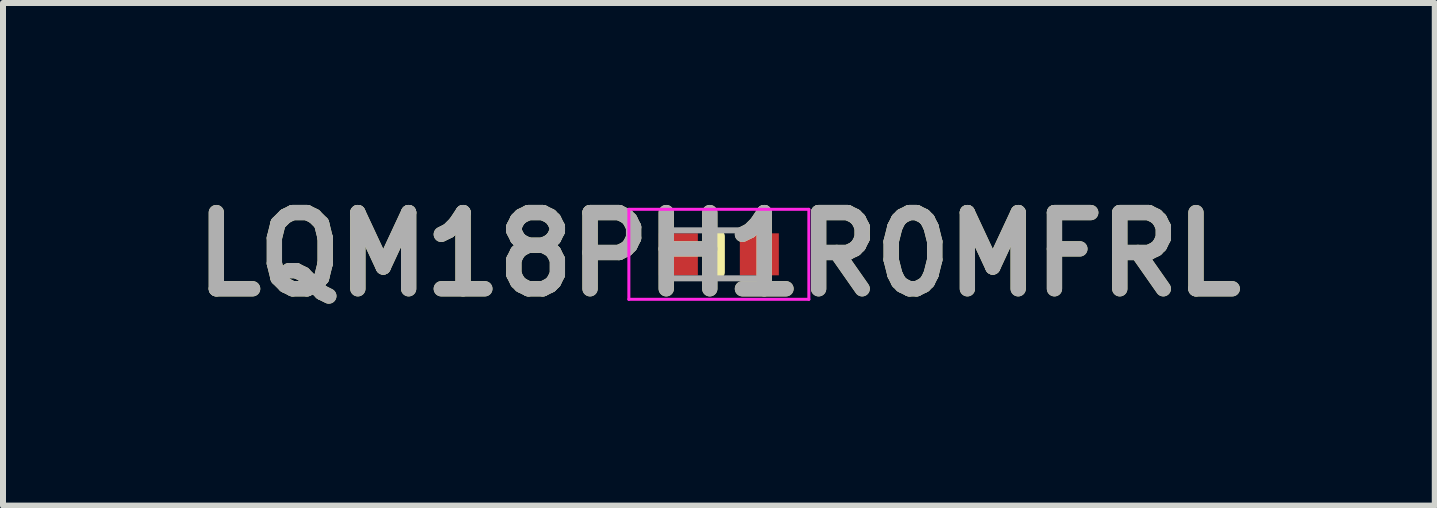
<source format=kicad_pcb>
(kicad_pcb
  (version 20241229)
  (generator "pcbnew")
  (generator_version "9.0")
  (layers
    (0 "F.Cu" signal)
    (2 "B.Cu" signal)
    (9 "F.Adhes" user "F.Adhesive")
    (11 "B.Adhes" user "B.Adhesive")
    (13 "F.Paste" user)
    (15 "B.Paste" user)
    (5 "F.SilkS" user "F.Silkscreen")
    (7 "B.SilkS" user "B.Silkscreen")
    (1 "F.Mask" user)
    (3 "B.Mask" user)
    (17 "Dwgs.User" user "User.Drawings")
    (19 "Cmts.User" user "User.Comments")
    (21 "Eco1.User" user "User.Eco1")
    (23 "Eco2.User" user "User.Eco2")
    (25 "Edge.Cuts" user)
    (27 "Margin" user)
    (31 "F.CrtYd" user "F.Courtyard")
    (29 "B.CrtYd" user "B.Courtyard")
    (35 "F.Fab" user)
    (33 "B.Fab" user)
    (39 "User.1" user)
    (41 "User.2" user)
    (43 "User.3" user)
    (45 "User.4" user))
  (footprint "LQM18PH1R0MFRL"
    (layer "F.Cu")
    (at 8.932 1.189)
    (property "Reference" "LQM18PH1R0MFRL" (at 0 0 0) (layer "F.SilkS") (effects (font (size 1.27 1.27) (thickness 0.254))))
    (attr smd)
    (fp_line (start 0 -0.3) (end 0 0.3) (stroke (width 0.2) (type solid)) (layer "F.SilkS"))
    (fp_line (start -1.5 -0.75) (end 1.5 -0.75) (stroke (width 0.05) (type solid)) (layer "F.CrtYd"))
    (fp_line (start -1.5 0.75) (end -1.5 -0.75) (stroke (width 0.05) (type solid)) (layer "F.CrtYd"))
    (fp_line (start 1.5 -0.75) (end 1.5 0.75) (stroke (width 0.05) (type solid)) (layer "F.CrtYd"))
    (fp_line (start 1.5 0.75) (end -1.5 0.75) (stroke (width 0.05) (type solid)) (layer "F.CrtYd"))
    (fp_line (start -0.8 -0.4) (end 0.8 -0.4) (stroke (width 0.1) (type solid)) (layer "F.Fab"))
    (fp_line (start -0.8 0.4) (end -0.8 -0.4) (stroke (width 0.1) (type solid)) (layer "F.Fab"))
    (fp_line (start 0.8 -0.4) (end 0.8 0.4) (stroke (width 0.1) (type solid)) (layer "F.Fab"))
    (fp_line (start 0.8 0.4) (end -0.8 0.4) (stroke (width 0.1) (type solid)) (layer "F.Fab"))
    (fp_text user "${REFERENCE}" (at 0 0 0) (layer "F.Fab") (effects (font (size 1.27 1.27) (thickness 0.254))))
    (pad "1" smd rect (at -0.675 0) (size 0.65 0.7) (layers "F.Cu" "F.Mask" "F.Paste"))
    (pad "2" smd rect (at 0.675 0) (size 0.65 0.7) (layers "F.Cu" "F.Mask" "F.Paste")))
  (gr_rect
    (start -3 -3)
    (end 20.865 5.377)
    (stroke (width 0.1) (type default))
    (fill no)
    (layer "Edge.Cuts")))
</source>
